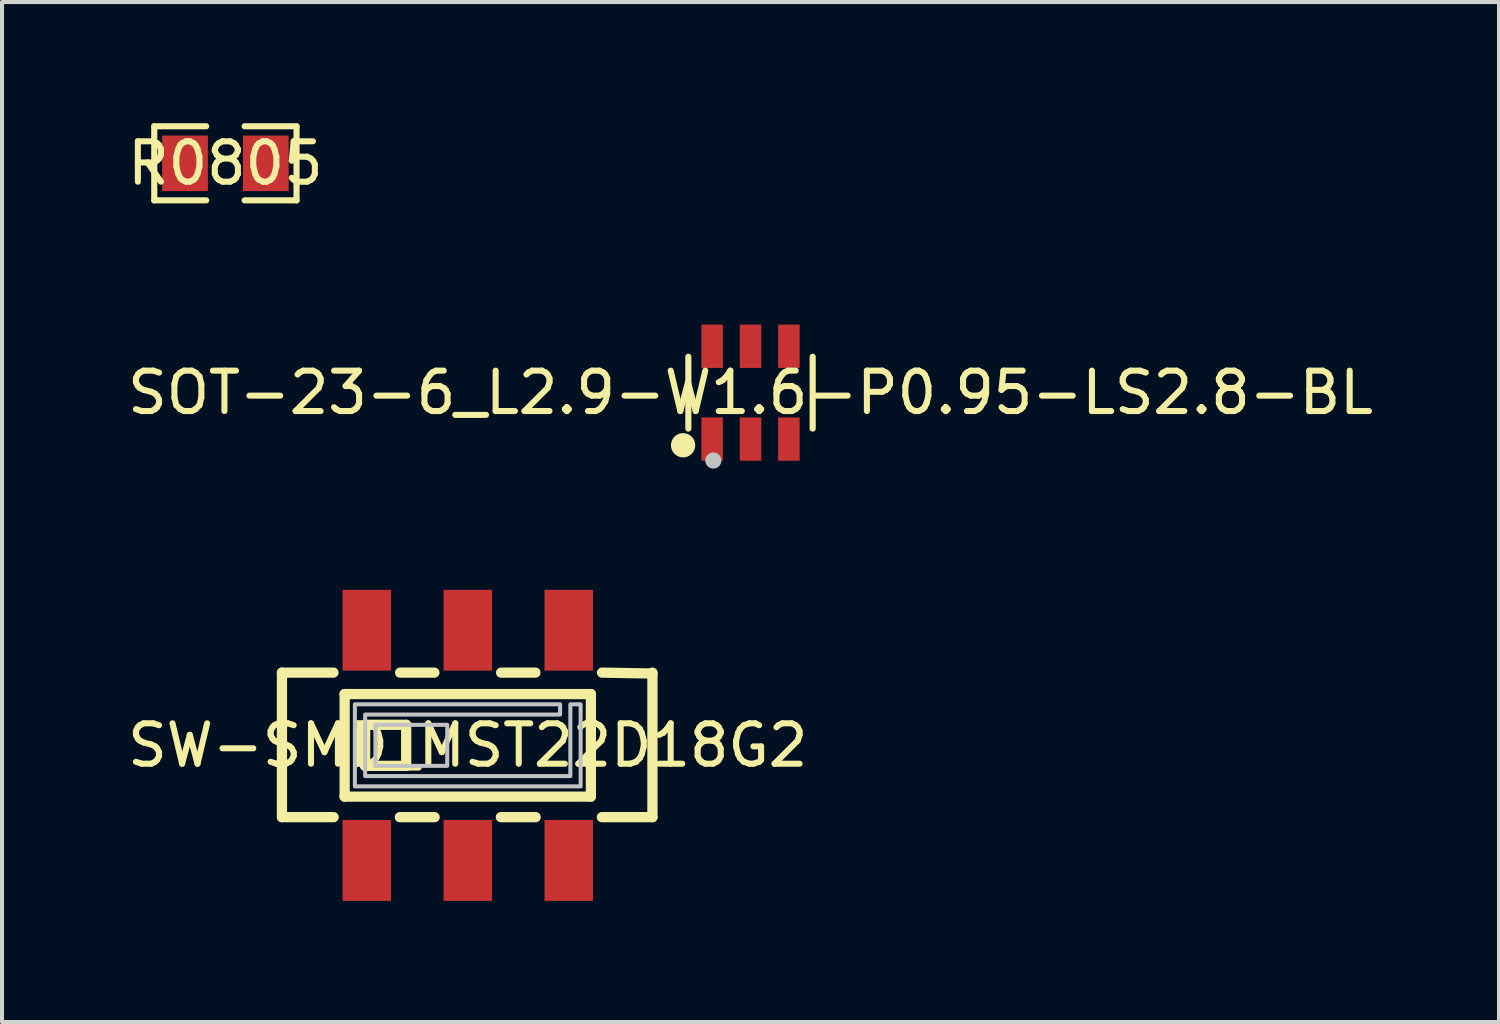
<source format=kicad_pcb>
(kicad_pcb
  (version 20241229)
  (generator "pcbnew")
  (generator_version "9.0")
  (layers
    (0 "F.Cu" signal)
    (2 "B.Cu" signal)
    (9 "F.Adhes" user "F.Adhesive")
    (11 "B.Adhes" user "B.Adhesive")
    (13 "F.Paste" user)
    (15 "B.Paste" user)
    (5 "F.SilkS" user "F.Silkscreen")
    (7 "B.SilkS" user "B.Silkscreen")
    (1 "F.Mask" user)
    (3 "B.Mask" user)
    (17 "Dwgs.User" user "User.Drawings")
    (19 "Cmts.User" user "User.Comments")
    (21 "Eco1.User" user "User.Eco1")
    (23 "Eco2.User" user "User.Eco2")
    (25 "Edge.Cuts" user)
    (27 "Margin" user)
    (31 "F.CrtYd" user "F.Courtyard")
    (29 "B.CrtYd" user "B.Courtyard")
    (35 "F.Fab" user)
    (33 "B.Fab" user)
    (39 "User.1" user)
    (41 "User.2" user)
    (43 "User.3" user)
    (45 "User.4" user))
  (footprint "SOT-23-6_L2.9-W1.6-P0.95-LS2.8-BL"
    (layer "F.Cu")
    (at 15.53 6.671)
    (property "Reference" "SOT-23-6_L2.9-W1.6-P0.95-LS2.8-BL" (at 0 0 0) (layer "F.SilkS") (effects (font (size 1 1) (thickness 0.15))))
    (fp_line (start -1.539 0.889) (end -1.539 -0.889) (stroke (width 0.152) (type default)) (layer "F.SilkS"))
    (fp_line (start 1.539 0.889) (end 1.539 -0.889) (stroke (width 0.152) (type default)) (layer "F.SilkS"))
    (fp_circle (center -1.669 1.302) (end -1.518 1.302) (stroke (width 0.3) (type default)) (fill no) (layer "F.SilkS"))
    (fp_circle (center -0.92 1.68) (end -0.82 1.68) (stroke (width 0.2) (type default)) (fill no) (layer "Dwgs.User"))
    (fp_poly (pts (xy -1.165 -0.935) (xy -0.735 -0.935) (xy -0.735 -0.803) (xy -1.165 -0.803)) (stroke (width 0.1) (type default)) (fill no) (layer "User.1"))
    (fp_poly (pts (xy -1.165 -0.925) (xy -0.735 -0.925) (xy -0.735 -1.4) (xy -1.165 -1.4)) (stroke (width 0.1) (type default)) (fill no) (layer "User.1"))
    (fp_poly (pts (xy -1.165 0.803) (xy -0.735 0.803) (xy -0.735 0.935) (xy -1.165 0.935)) (stroke (width 0.1) (type default)) (fill no) (layer "User.1"))
    (fp_poly (pts (xy -1.165 0.925) (xy -0.735 0.925) (xy -0.735 1.4) (xy -1.165 1.4)) (stroke (width 0.1) (type default)) (fill no) (layer "User.1"))
    (fp_poly (pts (xy -0.215 -0.935) (xy 0.215 -0.935) (xy 0.215 -0.803) (xy -0.215 -0.803)) (stroke (width 0.1) (type default)) (fill no) (layer "User.1"))
    (fp_poly (pts (xy -0.215 -0.925) (xy 0.215 -0.925) (xy 0.215 -1.4) (xy -0.215 -1.4)) (stroke (width 0.1) (type default)) (fill no) (layer "User.1"))
    (fp_poly (pts (xy -0.215 0.803) (xy 0.215 0.803) (xy 0.215 0.935) (xy -0.215 0.935)) (stroke (width 0.1) (type default)) (fill no) (layer "User.1"))
    (fp_poly (pts (xy -0.215 0.925) (xy 0.215 0.925) (xy 0.215 1.4) (xy -0.215 1.4)) (stroke (width 0.1) (type default)) (fill no) (layer "User.1"))
    (fp_poly (pts (xy 0.735 -0.935) (xy 1.165 -0.935) (xy 1.165 -0.803) (xy 0.735 -0.803)) (stroke (width 0.1) (type default)) (fill no) (layer "User.1"))
    (fp_poly (pts (xy 0.735 -0.925) (xy 1.165 -0.925) (xy 1.165 -1.4) (xy 0.735 -1.4)) (stroke (width 0.1) (type default)) (fill no) (layer "User.1"))
    (fp_poly (pts (xy 0.735 0.803) (xy 1.165 0.803) (xy 1.165 0.935) (xy 0.735 0.935)) (stroke (width 0.1) (type default)) (fill no) (layer "User.1"))
    (fp_poly (pts (xy 0.735 0.925) (xy 1.165 0.925) (xy 1.165 1.4) (xy 0.735 1.4)) (stroke (width 0.1) (type default)) (fill no) (layer "User.1"))
    (fp_line (start -1.463 -0.813) (end 1.463 -0.813) (stroke (width 0.051) (type default)) (layer "User.2"))
    (fp_line (start -1.463 0.813) (end -1.463 -0.813) (stroke (width 0.051) (type default)) (layer "User.2"))
    (fp_line (start 1.463 -0.813) (end 1.463 0.813) (stroke (width 0.051) (type default)) (layer "User.2"))
    (fp_line (start 1.463 0.813) (end -1.463 0.813) (stroke (width 0.051) (type default)) (layer "User.2"))
    (fp_poly (pts (xy -1.408 1.377) (xy -1.44 1.345) (xy -1.486 1.345) (xy -1.518 1.377) (xy -1.518 1.423) (xy -1.486 1.455) (xy -1.44 1.455) (xy -1.408 1.423)) (stroke (width 0.1) (type default)) (fill no) (layer "User.3"))
    (pad "1" smd rect (at -0.95 1.149) (size 0.532 1.072) (layers "F.Cu" "F.Mask" "F.Paste"))
    (pad "2" smd rect (at 0 1.149) (size 0.532 1.072) (layers "F.Cu" "F.Mask" "F.Paste"))
    (pad "3" smd rect (at 0.95 1.149) (size 0.532 1.072) (layers "F.Cu" "F.Mask" "F.Paste"))
    (pad "4" smd rect (at 0.95 -1.149) (size 0.532 1.072) (layers "F.Cu" "F.Mask" "F.Paste"))
    (pad "5" smd rect (at 0 -1.149) (size 0.532 1.072) (layers "F.Cu" "F.Mask" "F.Paste"))
    (pad "6" smd rect (at -0.95 -1.149) (size 0.532 1.072) (layers "F.Cu" "F.Mask" "F.Paste")))
  (footprint "R0805"
    (layer "F.Cu")
    (at 2.53 0.993)
    (property "Reference" "R0805" (at 0 0 0) (layer "F.SilkS") (effects (font (size 1 1) (thickness 0.15))))
    (fp_line (start -1.761 -0.917) (end -0.476 -0.917) (stroke (width 0.152) (type default)) (layer "F.SilkS"))
    (fp_line (start -1.761 0.917) (end -1.761 -0.917) (stroke (width 0.152) (type default)) (layer "F.SilkS"))
    (fp_line (start -0.476 0.917) (end -1.761 0.917) (stroke (width 0.152) (type default)) (layer "F.SilkS"))
    (fp_line (start 0.476 0.917) (end 1.761 0.917) (stroke (width 0.152) (type default)) (layer "F.SilkS"))
    (fp_line (start 1.761 -0.917) (end 0.476 -0.917) (stroke (width 0.152) (type default)) (layer "F.SilkS"))
    (fp_line (start 1.761 0.917) (end 1.761 -0.917) (stroke (width 0.152) (type default)) (layer "F.SilkS"))
    (fp_poly (pts (xy -1.7 0.64) (xy -1.7 -0.64) (xy -1.65 -0.69) (xy -0.5 -0.69) (xy -0.45 -0.64) (xy -0.445 -0.23) (xy -0.895 -0.23) (xy -0.895 0.22) (xy -0.455 0.22) (xy -0.45 0.64) (xy -0.5 0.69) (xy -1.65 0.69)) (stroke (width 0) (type default)) (fill yes) (layer "F.Paste"))
    (fp_poly (pts (xy 0.45 0.64) (xy 0.45 0.22) (xy 0.895 0.22) (xy 0.895 -0.23) (xy 0.455 -0.23) (xy 0.45 -0.64) (xy 0.5 -0.69) (xy 1.65 -0.69) (xy 1.7 -0.64) (xy 1.7 0.64) (xy 1.65 0.69) (xy 0.5 0.69)) (stroke (width 0) (type default)) (fill yes) (layer "F.Paste"))
    (fp_poly (pts (xy -1 0.637) (xy -1 -0.637) (xy -0.6 -0.637) (xy -0.6 0.637)) (stroke (width 0.1) (type default)) (fill no) (layer "User.1"))
    (fp_poly (pts (xy 1 0.637) (xy 1 -0.637) (xy 0.6 -0.637) (xy 0.6 0.637)) (stroke (width 0.1) (type default)) (fill no) (layer "User.1"))
    (fp_line (start -1 -0.637) (end 1 -0.637) (stroke (width 0.051) (type default)) (layer "User.2"))
    (fp_line (start -1 0.637) (end -1 -0.637) (stroke (width 0.051) (type default)) (layer "User.2"))
    (fp_line (start 1 -0.637) (end 1 0.637) (stroke (width 0.051) (type default)) (layer "User.2"))
    (fp_line (start 1 0.637) (end -1 0.637) (stroke (width 0.051) (type default)) (layer "User.2"))
    (fp_poly (pts (xy -0.945 0.615) (xy -0.977 0.582) (xy -1.023 0.582) (xy -1.055 0.615) (xy -1.055 0.66) (xy -1.023 0.693) (xy -0.977 0.693) (xy -0.945 0.66)) (stroke (width 0.1) (type default)) (fill no) (layer "User.3"))
    (pad "1" smd rect (at -1 0) (size 1.133 1.377) (layers "F.Cu" "F.Mask" "F.Paste"))
    (pad "2" smd rect (at 1 0) (size 1.133 1.377) (layers "F.Cu" "F.Mask" "F.Paste")))
  (footprint "SW-SMD_MST22D18G2"
    (layer "F.Cu")
    (at 8.53 15.402)
    (property "Reference" "SW-SMD_MST22D18G2" (at 0 0 0) (layer "F.SilkS") (effects (font (size 1 1) (thickness 0.15))))
    (fp_line (start -4.6 -1.8) (end -4.6 1.778) (stroke (width 0.254) (type default)) (layer "F.SilkS"))
    (fp_line (start -4.6 -1.8) (end -3.325 -1.8) (stroke (width 0.254) (type default)) (layer "F.SilkS"))
    (fp_line (start -3.32 1.778) (end -4.6 1.778) (stroke (width 0.254) (type default)) (layer "F.SilkS"))
    (fp_line (start -3.048 -1.27) (end 3.048 -1.27) (stroke (width 0.254) (type default)) (layer "F.SilkS"))
    (fp_line (start -3.048 1.27) (end -3.048 -1.27) (stroke (width 0.254) (type default)) (layer "F.SilkS"))
    (fp_line (start -2.54 -0.508) (end -1.524 -0.508) (stroke (width 0.254) (type default)) (layer "F.SilkS"))
    (fp_line (start -2.54 0.508) (end -2.54 -0.508) (stroke (width 0.254) (type default)) (layer "F.SilkS"))
    (fp_line (start -1.675 -1.8) (end -0.826 -1.8) (stroke (width 0.254) (type default)) (layer "F.SilkS"))
    (fp_line (start -1.524 -0.508) (end -1.524 0.508) (stroke (width 0.254) (type default)) (layer "F.SilkS"))
    (fp_line (start -1.524 0.508) (end -2.54 0.508) (stroke (width 0.254) (type default)) (layer "F.SilkS"))
    (fp_line (start -0.82 1.778) (end -1.681 1.778) (stroke (width 0.254) (type default)) (layer "F.SilkS"))
    (fp_line (start 0.826 -1.8) (end 1.675 -1.8) (stroke (width 0.254) (type default)) (layer "F.SilkS"))
    (fp_line (start 1.681 1.778) (end 0.82 1.778) (stroke (width 0.254) (type default)) (layer "F.SilkS"))
    (fp_line (start 3.048 -1.27) (end 3.048 1.27) (stroke (width 0.254) (type default)) (layer "F.SilkS"))
    (fp_line (start 3.048 1.27) (end -3.048 1.27) (stroke (width 0.254) (type default)) (layer "F.SilkS"))
    (fp_line (start 3.325 -1.8) (end 4.572 -1.778) (stroke (width 0.254) (type default)) (layer "F.SilkS"))
    (fp_line (start 4.572 1.778) (end 3.32 1.778) (stroke (width 0.254) (type default)) (layer "F.SilkS"))
    (fp_line (start 4.572 1.778) (end 4.572 -1.8) (stroke (width 0.254) (type default)) (layer "F.SilkS"))
    (fp_poly (pts (xy -2.286 -0.508) (xy -2.286 0.508) (xy -0.508 0.508) (xy -0.508 -0.508)) (stroke (width 0.1) (type default)) (fill no) (layer "Dwgs.User"))
    (fp_poly (pts (xy -2.54 -1.016) (xy -2.794 -1.016) (xy -2.794 1.016) (xy 2.794 1.016) (xy 2.794 -1.016) (xy 2.54 -1.016) (xy 2.54 0.762) (xy -2.54 0.762) (xy -2.54 -0.762) (xy 2.286 -0.762) (xy 2.286 -1.016)) (stroke (width 0.1) (type default)) (fill no) (layer "Dwgs.User"))
    (fp_poly (pts (xy -2.75 -2.625) (xy -2.75 -3.425) (xy -2.25 -3.425) (xy -2.25 -2.625)) (stroke (width 0.1) (type default)) (fill no) (layer "User.1"))
    (fp_poly (pts (xy -2.75 -1.79) (xy -2.75 -2.635) (xy -2.25 -2.635) (xy -2.25 -1.79)) (stroke (width 0.1) (type default)) (fill no) (layer "User.1"))
    (fp_poly (pts (xy -2.75 2.635) (xy -2.75 1.79) (xy -2.25 1.79) (xy -2.25 2.635)) (stroke (width 0.1) (type default)) (fill no) (layer "User.1"))
    (fp_poly (pts (xy -2.75 3.425) (xy -2.75 2.625) (xy -2.25 2.625) (xy -2.25 3.425)) (stroke (width 0.1) (type default)) (fill no) (layer "User.1"))
    (fp_poly (pts (xy -0.25 -2.625) (xy -0.25 -3.425) (xy 0.25 -3.425) (xy 0.25 -2.625)) (stroke (width 0.1) (type default)) (fill no) (layer "User.1"))
    (fp_poly (pts (xy -0.25 -1.79) (xy -0.25 -2.635) (xy 0.25 -2.635) (xy 0.25 -1.79)) (stroke (width 0.1) (type default)) (fill no) (layer "User.1"))
    (fp_poly (pts (xy -0.25 2.635) (xy -0.25 1.79) (xy 0.25 1.79) (xy 0.25 2.635)) (stroke (width 0.1) (type default)) (fill no) (layer "User.1"))
    (fp_poly (pts (xy -0.25 3.425) (xy -0.25 2.625) (xy 0.25 2.625) (xy 0.25 3.425)) (stroke (width 0.1) (type default)) (fill no) (layer "User.1"))
    (fp_poly (pts (xy 2.25 -2.625) (xy 2.25 -3.425) (xy 2.75 -3.425) (xy 2.75 -2.625)) (stroke (width 0.1) (type default)) (fill no) (layer "User.1"))
    (fp_poly (pts (xy 2.25 -1.79) (xy 2.25 -2.635) (xy 2.75 -2.635) (xy 2.75 -1.79)) (stroke (width 0.1) (type default)) (fill no) (layer "User.1"))
    (fp_poly (pts (xy 2.25 2.635) (xy 2.25 1.79) (xy 2.75 1.79) (xy 2.75 2.635)) (stroke (width 0.1) (type default)) (fill no) (layer "User.1"))
    (fp_poly (pts (xy 2.25 3.425) (xy 2.25 2.625) (xy 2.75 2.625) (xy 2.75 3.425)) (stroke (width 0.1) (type default)) (fill no) (layer "User.1"))
    (fp_line (start -4.55 -1.8) (end 4.55 -1.8) (stroke (width 0.051) (type default)) (layer "User.2"))
    (fp_line (start -4.55 1.8) (end -4.55 -1.8) (stroke (width 0.051) (type default)) (layer "User.2"))
    (fp_line (start 4.55 -1.8) (end 4.55 1.8) (stroke (width 0.051) (type default)) (layer "User.2"))
    (fp_line (start 4.55 1.8) (end -4.55 1.8) (stroke (width 0.051) (type default)) (layer "User.2"))
    (fp_poly (pts (xy -4.495 -3.448) (xy -4.527 -3.48) (xy -4.573 -3.48) (xy -4.605 -3.448) (xy -4.605 -3.402) (xy -4.573 -3.37) (xy -4.527 -3.37) (xy -4.495 -3.402)) (stroke (width 0.1) (type default)) (fill no) (layer "User.3"))
    (pad "1" smd rect (at -2.5 -2.85 180) (size 1.2 2) (layers "F.Cu" "F.Mask" "F.Paste"))
    (pad "2" smd rect (at 0 -2.85 180) (size 1.2 2) (layers "F.Cu" "F.Mask" "F.Paste"))
    (pad "3" smd rect (at 2.5 -2.85 180) (size 1.2 2) (layers "F.Cu" "F.Mask" "F.Paste"))
    (pad "4" smd rect (at -2.5 2.85 180) (size 1.2 2) (layers "F.Cu" "F.Mask" "F.Paste"))
    (pad "5" smd rect (at 0 2.85 180) (size 1.2 2) (layers "F.Cu" "F.Mask" "F.Paste"))
    (pad "6" smd rect (at 2.5 2.85 180) (size 1.2 2) (layers "F.Cu" "F.Mask" "F.Paste")))
  (gr_rect
    (start -3 -3)
    (end 34.06 22.252)
    (stroke (width 0.1) (type default))
    (fill no)
    (layer "Edge.Cuts")))
</source>
